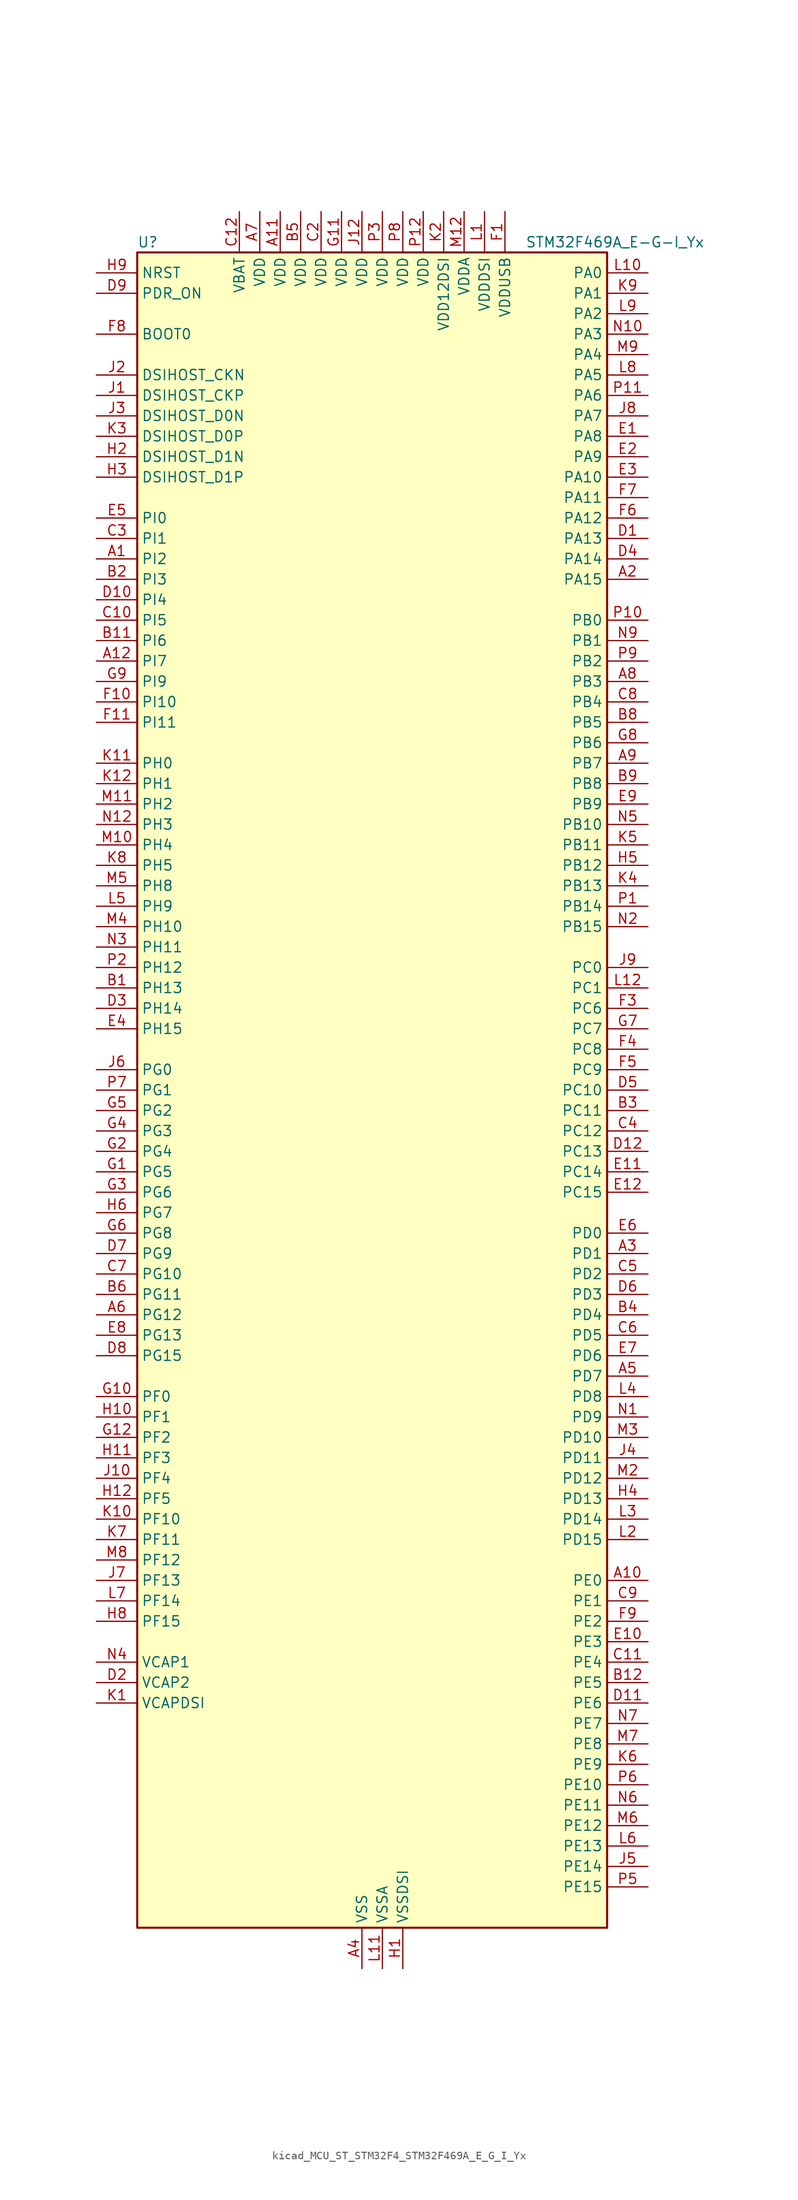
<source format=kicad_sym>
(kicad_symbol_lib
  (version 20220914)
  (generator kicad_symbol_editor)
  (symbol "kicad_MCU_ST_STM32F4_STM32F469A_E_G_I_Yx"
    (property "Reference" "U"
      (at -27.94 105.41 0)
      (effects (font (size 1.27 1.27)) (justify left)))
    (property "Value" "STM32F469A_E-G-I_Yx"
      (at 20.32 105.41 0)
      (effects (font (size 1.27 1.27)) (justify left)))
    (property "ki_locked" ""
      (at 0 0 0)
      (effects (font (size 1.27 1.27))))
    (symbol "kicad_MCU_ST_STM32F4_STM32F469A_E_G_I_Yx_0_1"
      (rectangle (start -27.94 -104.14) (end 30.48 104.14) (stroke (width 0.254) (type default)) (fill (type background))))
    (symbol "kicad_MCU_ST_STM32F4_STM32F469A_E_G_I_Yx_1_1"
      (pin bidirectional line (at -33.02 66.04 0) (length 5.08) (name "PI2" (effects (font (size 1.27 1.27)))) (number "A1" (effects (font (size 1.27 1.27)))) (alternate "DCMI_D9" bidirectional line) (alternate "FMC_D26" bidirectional line) (alternate "I2S2_ext_SD" bidirectional line) (alternate "LTDC_G7" bidirectional line) (alternate "SPI2_MISO" bidirectional line) (alternate "TIM8_CH4" bidirectional line))
      (pin bidirectional line (at 35.56 -60.96 180) (length 5.08) (name "PE0" (effects (font (size 1.27 1.27)))) (number "A10" (effects (font (size 1.27 1.27)))) (alternate "DCMI_D2" bidirectional line) (alternate "FMC_NBL0" bidirectional line) (alternate "TIM4_ETR" bidirectional line) (alternate "UART8_RX" bidirectional line))
      (pin power_in line (at -10.16 109.22 270) (length 5.08) (name "VDD" (effects (font (size 1.27 1.27)))) (number "A11" (effects (font (size 1.27 1.27)))))
      (pin bidirectional line (at -33.02 53.34 0) (length 5.08) (name "PI7" (effects (font (size 1.27 1.27)))) (number "A12" (effects (font (size 1.27 1.27)))) (alternate "DCMI_D7" bidirectional line) (alternate "FMC_D29" bidirectional line) (alternate "LTDC_B7" bidirectional line) (alternate "TIM8_CH3" bidirectional line))
      (pin bidirectional line (at 35.56 63.5 180) (length 5.08) (name "PA15" (effects (font (size 1.27 1.27)))) (number "A2" (effects (font (size 1.27 1.27)))) (alternate "ADC1_EXTI15" bidirectional line) (alternate "ADC2_EXTI15" bidirectional line) (alternate "ADC3_EXTI15" bidirectional line) (alternate "I2S3_WS" bidirectional line) (alternate "SPI1_NSS" bidirectional line) (alternate "SPI3_NSS" bidirectional line) (alternate "SYS_JTDI" bidirectional line) (alternate "TIM2_CH1" bidirectional line) (alternate "TIM2_ETR" bidirectional line))
      (pin bidirectional line (at 35.56 -20.32 180) (length 5.08) (name "PD1" (effects (font (size 1.27 1.27)))) (number "A3" (effects (font (size 1.27 1.27)))) (alternate "CAN1_TX" bidirectional line) (alternate "FMC_D3" bidirectional line) (alternate "FMC_DA3" bidirectional line))
      (pin power_in line (at 0 -109.22 90) (length 5.08) (name "VSS" (effects (font (size 1.27 1.27)))) (number "A4" (effects (font (size 1.27 1.27)))))
      (pin bidirectional line (at 35.56 -35.56 180) (length 5.08) (name "PD7" (effects (font (size 1.27 1.27)))) (number "A5" (effects (font (size 1.27 1.27)))) (alternate "FMC_NE1" bidirectional line) (alternate "USART2_CK" bidirectional line))
      (pin bidirectional line (at -33.02 -27.94 0) (length 5.08) (name "PG12" (effects (font (size 1.27 1.27)))) (number "A6" (effects (font (size 1.27 1.27)))) (alternate "FMC_NE4" bidirectional line) (alternate "LTDC_B1" bidirectional line) (alternate "LTDC_B4" bidirectional line) (alternate "SPI6_MISO" bidirectional line) (alternate "USART6_RTS" bidirectional line))
      (pin power_in line (at -12.7 109.22 270) (length 5.08) (name "VDD" (effects (font (size 1.27 1.27)))) (number "A7" (effects (font (size 1.27 1.27)))))
      (pin bidirectional line (at 35.56 50.8 180) (length 5.08) (name "PB3" (effects (font (size 1.27 1.27)))) (number "A8" (effects (font (size 1.27 1.27)))) (alternate "I2S3_CK" bidirectional line) (alternate "SPI1_SCK" bidirectional line) (alternate "SPI3_SCK" bidirectional line) (alternate "SYS_JTDO-SWO" bidirectional line) (alternate "TIM2_CH2" bidirectional line))
      (pin bidirectional line (at 35.56 40.64 180) (length 5.08) (name "PB7" (effects (font (size 1.27 1.27)))) (number "A9" (effects (font (size 1.27 1.27)))) (alternate "DCMI_VSYNC" bidirectional line) (alternate "FMC_NL" bidirectional line) (alternate "I2C1_SDA" bidirectional line) (alternate "TIM4_CH2" bidirectional line) (alternate "USART1_RX" bidirectional line))
      (pin bidirectional line (at -33.02 12.7 0) (length 5.08) (name "PH13" (effects (font (size 1.27 1.27)))) (number "B1" (effects (font (size 1.27 1.27)))) (alternate "CAN1_TX" bidirectional line) (alternate "FMC_D21" bidirectional line) (alternate "LTDC_G2" bidirectional line) (alternate "TIM8_CH1N" bidirectional line))
      (pin passive line (at 0 -109.22 90) (length 5.08) hide (name "VSS" (effects (font (size 1.27 1.27)))) (number "B10" (effects (font (size 1.27 1.27)))))
      (pin bidirectional line (at -33.02 55.88 0) (length 5.08) (name "PI6" (effects (font (size 1.27 1.27)))) (number "B11" (effects (font (size 1.27 1.27)))) (alternate "DCMI_D6" bidirectional line) (alternate "FMC_D28" bidirectional line) (alternate "LTDC_B6" bidirectional line) (alternate "TIM8_CH2" bidirectional line))
      (pin bidirectional line (at 35.56 -73.66 180) (length 5.08) (name "PE5" (effects (font (size 1.27 1.27)))) (number "B12" (effects (font (size 1.27 1.27)))) (alternate "DCMI_D6" bidirectional line) (alternate "FMC_A21" bidirectional line) (alternate "LTDC_G0" bidirectional line) (alternate "SAI1_SCK_A" bidirectional line) (alternate "SPI4_MISO" bidirectional line) (alternate "SYS_TRACED2" bidirectional line) (alternate "TIM9_CH1" bidirectional line))
      (pin bidirectional line (at -33.02 63.5 0) (length 5.08) (name "PI3" (effects (font (size 1.27 1.27)))) (number "B2" (effects (font (size 1.27 1.27)))) (alternate "DCMI_D10" bidirectional line) (alternate "FMC_D27" bidirectional line) (alternate "I2S2_SD" bidirectional line) (alternate "SPI2_MOSI" bidirectional line) (alternate "TIM8_ETR" bidirectional line))
      (pin bidirectional line (at 35.56 -2.54 180) (length 5.08) (name "PC11" (effects (font (size 1.27 1.27)))) (number "B3" (effects (font (size 1.27 1.27)))) (alternate "ADC1_EXTI11" bidirectional line) (alternate "ADC2_EXTI11" bidirectional line) (alternate "ADC3_EXTI11" bidirectional line) (alternate "DCMI_D4" bidirectional line) (alternate "I2S3_ext_SD" bidirectional line) (alternate "QUADSPI_BK2_NCS" bidirectional line) (alternate "SDIO_D3" bidirectional line) (alternate "SPI3_MISO" bidirectional line) (alternate "UART4_RX" bidirectional line) (alternate "USART3_RX" bidirectional line))
      (pin bidirectional line (at 35.56 -27.94 180) (length 5.08) (name "PD4" (effects (font (size 1.27 1.27)))) (number "B4" (effects (font (size 1.27 1.27)))) (alternate "FMC_NOE" bidirectional line) (alternate "USART2_RTS" bidirectional line))
      (pin power_in line (at -7.62 109.22 270) (length 5.08) (name "VDD" (effects (font (size 1.27 1.27)))) (number "B5" (effects (font (size 1.27 1.27)))))
      (pin bidirectional line (at -33.02 -25.4 0) (length 5.08) (name "PG11" (effects (font (size 1.27 1.27)))) (number "B6" (effects (font (size 1.27 1.27)))) (alternate "ADC1_EXTI11" bidirectional line) (alternate "ADC2_EXTI11" bidirectional line) (alternate "ADC3_EXTI11" bidirectional line) (alternate "DCMI_D3" bidirectional line) (alternate "LTDC_B3" bidirectional line))
      (pin passive line (at 0 -109.22 90) (length 5.08) hide (name "VSS" (effects (font (size 1.27 1.27)))) (number "B7" (effects (font (size 1.27 1.27)))))
      (pin bidirectional line (at 35.56 45.72 180) (length 5.08) (name "PB5" (effects (font (size 1.27 1.27)))) (number "B8" (effects (font (size 1.27 1.27)))) (alternate "CAN2_RX" bidirectional line) (alternate "DCMI_D10" bidirectional line) (alternate "FMC_SDCKE1" bidirectional line) (alternate "I2C1_SMBA" bidirectional line) (alternate "I2S3_SD" bidirectional line) (alternate "LTDC_G7" bidirectional line) (alternate "SPI1_MOSI" bidirectional line) (alternate "SPI3_MOSI" bidirectional line) (alternate "TIM3_CH2" bidirectional line) (alternate "USB_OTG_HS_ULPI_D7" bidirectional line))
      (pin bidirectional line (at 35.56 38.1 180) (length 5.08) (name "PB8" (effects (font (size 1.27 1.27)))) (number "B9" (effects (font (size 1.27 1.27)))) (alternate "CAN1_RX" bidirectional line) (alternate "DCMI_D6" bidirectional line) (alternate "I2C1_SCL" bidirectional line) (alternate "LTDC_B6" bidirectional line) (alternate "SDIO_D4" bidirectional line) (alternate "TIM10_CH1" bidirectional line) (alternate "TIM4_CH3" bidirectional line))
      (pin passive line (at 0 -109.22 90) (length 5.08) hide (name "VSS" (effects (font (size 1.27 1.27)))) (number "C1" (effects (font (size 1.27 1.27)))))
      (pin bidirectional line (at -33.02 58.42 0) (length 5.08) (name "PI5" (effects (font (size 1.27 1.27)))) (number "C10" (effects (font (size 1.27 1.27)))) (alternate "DCMI_VSYNC" bidirectional line) (alternate "FMC_NBL3" bidirectional line) (alternate "LTDC_B5" bidirectional line) (alternate "TIM8_CH1" bidirectional line))
      (pin bidirectional line (at 35.56 -71.12 180) (length 5.08) (name "PE4" (effects (font (size 1.27 1.27)))) (number "C11" (effects (font (size 1.27 1.27)))) (alternate "DCMI_D4" bidirectional line) (alternate "FMC_A20" bidirectional line) (alternate "LTDC_B0" bidirectional line) (alternate "SAI1_FS_A" bidirectional line) (alternate "SPI4_NSS" bidirectional line) (alternate "SYS_TRACED1" bidirectional line))
      (pin power_in line (at -15.24 109.22 270) (length 5.08) (name "VBAT" (effects (font (size 1.27 1.27)))) (number "C12" (effects (font (size 1.27 1.27)))))
      (pin power_in line (at -5.08 109.22 270) (length 5.08) (name "VDD" (effects (font (size 1.27 1.27)))) (number "C2" (effects (font (size 1.27 1.27)))))
      (pin bidirectional line (at -33.02 68.58 0) (length 5.08) (name "PI1" (effects (font (size 1.27 1.27)))) (number "C3" (effects (font (size 1.27 1.27)))) (alternate "DCMI_D8" bidirectional line) (alternate "FMC_D25" bidirectional line) (alternate "I2S2_CK" bidirectional line) (alternate "LTDC_G6" bidirectional line) (alternate "SPI2_SCK" bidirectional line))
      (pin bidirectional line (at 35.56 -5.08 180) (length 5.08) (name "PC12" (effects (font (size 1.27 1.27)))) (number "C4" (effects (font (size 1.27 1.27)))) (alternate "DCMI_D9" bidirectional line) (alternate "I2S3_SD" bidirectional line) (alternate "SDIO_CK" bidirectional line) (alternate "SPI3_MOSI" bidirectional line) (alternate "SYS_TRACED3" bidirectional line) (alternate "UART5_TX" bidirectional line) (alternate "USART3_CK" bidirectional line))
      (pin bidirectional line (at 35.56 -22.86 180) (length 5.08) (name "PD2" (effects (font (size 1.27 1.27)))) (number "C5" (effects (font (size 1.27 1.27)))) (alternate "DCMI_D11" bidirectional line) (alternate "SDIO_CMD" bidirectional line) (alternate "SYS_TRACED2" bidirectional line) (alternate "TIM3_ETR" bidirectional line) (alternate "UART5_RX" bidirectional line))
      (pin bidirectional line (at 35.56 -30.48 180) (length 5.08) (name "PD5" (effects (font (size 1.27 1.27)))) (number "C6" (effects (font (size 1.27 1.27)))) (alternate "FMC_NWE" bidirectional line) (alternate "USART2_TX" bidirectional line))
      (pin bidirectional line (at -33.02 -22.86 0) (length 5.08) (name "PG10" (effects (font (size 1.27 1.27)))) (number "C7" (effects (font (size 1.27 1.27)))) (alternate "DCMI_D2" bidirectional line) (alternate "FMC_NE3" bidirectional line) (alternate "LTDC_B2" bidirectional line) (alternate "LTDC_G3" bidirectional line))
      (pin bidirectional line (at 35.56 48.26 180) (length 5.08) (name "PB4" (effects (font (size 1.27 1.27)))) (number "C8" (effects (font (size 1.27 1.27)))) (alternate "I2S3_ext_SD" bidirectional line) (alternate "SPI1_MISO" bidirectional line) (alternate "SPI3_MISO" bidirectional line) (alternate "SYS_JTRST" bidirectional line) (alternate "TIM3_CH1" bidirectional line))
      (pin bidirectional line (at 35.56 -63.5 180) (length 5.08) (name "PE1" (effects (font (size 1.27 1.27)))) (number "C9" (effects (font (size 1.27 1.27)))) (alternate "DCMI_D3" bidirectional line) (alternate "FMC_NBL1" bidirectional line) (alternate "UART8_TX" bidirectional line))
      (pin bidirectional line (at 35.56 68.58 180) (length 5.08) (name "PA13" (effects (font (size 1.27 1.27)))) (number "D1" (effects (font (size 1.27 1.27)))) (alternate "SYS_JTMS-SWDIO" bidirectional line))
      (pin bidirectional line (at -33.02 60.96 0) (length 5.08) (name "PI4" (effects (font (size 1.27 1.27)))) (number "D10" (effects (font (size 1.27 1.27)))) (alternate "DCMI_D5" bidirectional line) (alternate "FMC_NBL2" bidirectional line) (alternate "LTDC_B4" bidirectional line) (alternate "TIM8_BKIN" bidirectional line))
      (pin bidirectional line (at 35.56 -76.2 180) (length 5.08) (name "PE6" (effects (font (size 1.27 1.27)))) (number "D11" (effects (font (size 1.27 1.27)))) (alternate "DCMI_D7" bidirectional line) (alternate "FMC_A22" bidirectional line) (alternate "LTDC_G1" bidirectional line) (alternate "SAI1_SD_A" bidirectional line) (alternate "SPI4_MOSI" bidirectional line) (alternate "SYS_TRACED3" bidirectional line) (alternate "TIM9_CH2" bidirectional line))
      (pin bidirectional line (at 35.56 -7.62 180) (length 5.08) (name "PC13" (effects (font (size 1.27 1.27)))) (number "D12" (effects (font (size 1.27 1.27)))) (alternate "RTC_AF1" bidirectional line))
      (pin power_out line (at -33.02 -73.66 0) (length 5.08) (name "VCAP2" (effects (font (size 1.27 1.27)))) (number "D2" (effects (font (size 1.27 1.27)))))
      (pin bidirectional line (at -33.02 10.16 0) (length 5.08) (name "PH14" (effects (font (size 1.27 1.27)))) (number "D3" (effects (font (size 1.27 1.27)))) (alternate "DCMI_D4" bidirectional line) (alternate "FMC_D22" bidirectional line) (alternate "LTDC_G3" bidirectional line) (alternate "TIM8_CH2N" bidirectional line))
      (pin bidirectional line (at 35.56 66.04 180) (length 5.08) (name "PA14" (effects (font (size 1.27 1.27)))) (number "D4" (effects (font (size 1.27 1.27)))) (alternate "SYS_JTCK-SWCLK" bidirectional line))
      (pin bidirectional line (at 35.56 0 180) (length 5.08) (name "PC10" (effects (font (size 1.27 1.27)))) (number "D5" (effects (font (size 1.27 1.27)))) (alternate "DCMI_D8" bidirectional line) (alternate "I2S3_CK" bidirectional line) (alternate "LTDC_R2" bidirectional line) (alternate "QUADSPI_BK1_IO1" bidirectional line) (alternate "SDIO_D2" bidirectional line) (alternate "SPI3_SCK" bidirectional line) (alternate "UART4_TX" bidirectional line) (alternate "USART3_TX" bidirectional line))
      (pin bidirectional line (at 35.56 -25.4 180) (length 5.08) (name "PD3" (effects (font (size 1.27 1.27)))) (number "D6" (effects (font (size 1.27 1.27)))) (alternate "DCMI_D5" bidirectional line) (alternate "FMC_CLK" bidirectional line) (alternate "I2S2_CK" bidirectional line) (alternate "LTDC_G7" bidirectional line) (alternate "SPI2_SCK" bidirectional line) (alternate "USART2_CTS" bidirectional line))
      (pin bidirectional line (at -33.02 -20.32 0) (length 5.08) (name "PG9" (effects (font (size 1.27 1.27)))) (number "D7" (effects (font (size 1.27 1.27)))) (alternate "DAC_EXTI9" bidirectional line) (alternate "DCMI_VSYNC" bidirectional line) (alternate "FMC_NCE" bidirectional line) (alternate "FMC_NE2" bidirectional line) (alternate "QUADSPI_BK2_IO2" bidirectional line) (alternate "USART6_RX" bidirectional line))
      (pin bidirectional line (at -33.02 -33.02 0) (length 5.08) (name "PG15" (effects (font (size 1.27 1.27)))) (number "D8" (effects (font (size 1.27 1.27)))) (alternate "ADC1_EXTI15" bidirectional line) (alternate "ADC2_EXTI15" bidirectional line) (alternate "ADC3_EXTI15" bidirectional line) (alternate "DCMI_D13" bidirectional line) (alternate "FMC_SDNCAS" bidirectional line) (alternate "USART6_CTS" bidirectional line))
      (pin input line (at -33.02 99.06 0) (length 5.08) (name "PDR_ON" (effects (font (size 1.27 1.27)))) (number "D9" (effects (font (size 1.27 1.27)))))
      (pin bidirectional line (at 35.56 81.28 180) (length 5.08) (name "PA8" (effects (font (size 1.27 1.27)))) (number "E1" (effects (font (size 1.27 1.27)))) (alternate "I2C3_SCL" bidirectional line) (alternate "LTDC_R6" bidirectional line) (alternate "RCC_MCO_1" bidirectional line) (alternate "TIM1_CH1" bidirectional line) (alternate "USART1_CK" bidirectional line) (alternate "USB_OTG_FS_SOF" bidirectional line))
      (pin bidirectional line (at 35.56 -68.58 180) (length 5.08) (name "PE3" (effects (font (size 1.27 1.27)))) (number "E10" (effects (font (size 1.27 1.27)))) (alternate "FMC_A19" bidirectional line) (alternate "SAI1_SD_B" bidirectional line) (alternate "SYS_TRACED0" bidirectional line))
      (pin bidirectional line (at 35.56 -10.16 180) (length 5.08) (name "PC14" (effects (font (size 1.27 1.27)))) (number "E11" (effects (font (size 1.27 1.27)))) (alternate "RCC_OSC32_IN" bidirectional line))
      (pin bidirectional line (at 35.56 -12.7 180) (length 5.08) (name "PC15" (effects (font (size 1.27 1.27)))) (number "E12" (effects (font (size 1.27 1.27)))) (alternate "ADC1_EXTI15" bidirectional line) (alternate "ADC2_EXTI15" bidirectional line) (alternate "ADC3_EXTI15" bidirectional line) (alternate "RCC_OSC32_OUT" bidirectional line))
      (pin bidirectional line (at 35.56 78.74 180) (length 5.08) (name "PA9" (effects (font (size 1.27 1.27)))) (number "E2" (effects (font (size 1.27 1.27)))) (alternate "DAC_EXTI9" bidirectional line) (alternate "DCMI_D0" bidirectional line) (alternate "I2C3_SMBA" bidirectional line) (alternate "I2S2_CK" bidirectional line) (alternate "SPI2_SCK" bidirectional line) (alternate "TIM1_CH2" bidirectional line) (alternate "USART1_TX" bidirectional line) (alternate "USB_OTG_FS_VBUS" bidirectional line))
      (pin bidirectional line (at 35.56 76.2 180) (length 5.08) (name "PA10" (effects (font (size 1.27 1.27)))) (number "E3" (effects (font (size 1.27 1.27)))) (alternate "DCMI_D1" bidirectional line) (alternate "TIM1_CH3" bidirectional line) (alternate "USART1_RX" bidirectional line) (alternate "USB_OTG_FS_ID" bidirectional line))
      (pin bidirectional line (at -33.02 7.62 0) (length 5.08) (name "PH15" (effects (font (size 1.27 1.27)))) (number "E4" (effects (font (size 1.27 1.27)))) (alternate "ADC1_EXTI15" bidirectional line) (alternate "ADC2_EXTI15" bidirectional line) (alternate "ADC3_EXTI15" bidirectional line) (alternate "DCMI_D11" bidirectional line) (alternate "FMC_D23" bidirectional line) (alternate "LTDC_G4" bidirectional line) (alternate "TIM8_CH3N" bidirectional line))
      (pin bidirectional line (at -33.02 71.12 0) (length 5.08) (name "PI0" (effects (font (size 1.27 1.27)))) (number "E5" (effects (font (size 1.27 1.27)))) (alternate "DCMI_D13" bidirectional line) (alternate "FMC_D24" bidirectional line) (alternate "I2S2_WS" bidirectional line) (alternate "LTDC_G5" bidirectional line) (alternate "SPI2_NSS" bidirectional line) (alternate "TIM5_CH4" bidirectional line))
      (pin bidirectional line (at 35.56 -17.78 180) (length 5.08) (name "PD0" (effects (font (size 1.27 1.27)))) (number "E6" (effects (font (size 1.27 1.27)))) (alternate "CAN1_RX" bidirectional line) (alternate "FMC_D2" bidirectional line) (alternate "FMC_DA2" bidirectional line))
      (pin bidirectional line (at 35.56 -33.02 180) (length 5.08) (name "PD6" (effects (font (size 1.27 1.27)))) (number "E7" (effects (font (size 1.27 1.27)))) (alternate "DCMI_D10" bidirectional line) (alternate "FMC_NWAIT" bidirectional line) (alternate "I2S3_SD" bidirectional line) (alternate "LTDC_B2" bidirectional line) (alternate "SAI1_SD_A" bidirectional line) (alternate "SPI3_MOSI" bidirectional line) (alternate "USART2_RX" bidirectional line))
      (pin bidirectional line (at -33.02 -30.48 0) (length 5.08) (name "PG13" (effects (font (size 1.27 1.27)))) (number "E8" (effects (font (size 1.27 1.27)))) (alternate "FMC_A24" bidirectional line) (alternate "LTDC_R0" bidirectional line) (alternate "SPI6_SCK" bidirectional line) (alternate "SYS_TRACED0" bidirectional line) (alternate "USART6_CTS" bidirectional line))
      (pin bidirectional line (at 35.56 35.56 180) (length 5.08) (name "PB9" (effects (font (size 1.27 1.27)))) (number "E9" (effects (font (size 1.27 1.27)))) (alternate "CAN1_TX" bidirectional line) (alternate "DAC_EXTI9" bidirectional line) (alternate "DCMI_D7" bidirectional line) (alternate "I2C1_SDA" bidirectional line) (alternate "I2S2_WS" bidirectional line) (alternate "LTDC_B7" bidirectional line) (alternate "SDIO_D5" bidirectional line) (alternate "SPI2_NSS" bidirectional line) (alternate "TIM11_CH1" bidirectional line) (alternate "TIM4_CH4" bidirectional line))
      (pin power_in line (at 17.78 109.22 270) (length 5.08) (name "VDDUSB" (effects (font (size 1.27 1.27)))) (number "F1" (effects (font (size 1.27 1.27)))))
      (pin bidirectional line (at -33.02 48.26 0) (length 5.08) (name "PI10" (effects (font (size 1.27 1.27)))) (number "F10" (effects (font (size 1.27 1.27)))) (alternate "FMC_D31" bidirectional line) (alternate "LTDC_HSYNC" bidirectional line))
      (pin bidirectional line (at -33.02 45.72 0) (length 5.08) (name "PI11" (effects (font (size 1.27 1.27)))) (number "F11" (effects (font (size 1.27 1.27)))) (alternate "ADC1_EXTI11" bidirectional line) (alternate "ADC2_EXTI11" bidirectional line) (alternate "ADC3_EXTI11" bidirectional line) (alternate "LTDC_G6" bidirectional line) (alternate "USB_OTG_HS_ULPI_DIR" bidirectional line))
      (pin passive line (at 0 -109.22 90) (length 5.08) hide (name "VSS" (effects (font (size 1.27 1.27)))) (number "F12" (effects (font (size 1.27 1.27)))))
      (pin passive line (at 0 -109.22 90) (length 5.08) hide (name "VSS" (effects (font (size 1.27 1.27)))) (number "F2" (effects (font (size 1.27 1.27)))))
      (pin bidirectional line (at 35.56 10.16 180) (length 5.08) (name "PC6" (effects (font (size 1.27 1.27)))) (number "F3" (effects (font (size 1.27 1.27)))) (alternate "DCMI_D0" bidirectional line) (alternate "I2S2_MCK" bidirectional line) (alternate "LTDC_HSYNC" bidirectional line) (alternate "SDIO_D6" bidirectional line) (alternate "TIM3_CH1" bidirectional line) (alternate "TIM8_CH1" bidirectional line) (alternate "USART6_TX" bidirectional line))
      (pin bidirectional line (at 35.56 5.08 180) (length 5.08) (name "PC8" (effects (font (size 1.27 1.27)))) (number "F4" (effects (font (size 1.27 1.27)))) (alternate "DCMI_D2" bidirectional line) (alternate "SDIO_D0" bidirectional line) (alternate "SYS_TRACED1" bidirectional line) (alternate "TIM3_CH3" bidirectional line) (alternate "TIM8_CH3" bidirectional line) (alternate "USART6_CK" bidirectional line))
      (pin bidirectional line (at 35.56 2.54 180) (length 5.08) (name "PC9" (effects (font (size 1.27 1.27)))) (number "F5" (effects (font (size 1.27 1.27)))) (alternate "DAC_EXTI9" bidirectional line) (alternate "DCMI_D3" bidirectional line) (alternate "I2C3_SDA" bidirectional line) (alternate "I2S_CKIN" bidirectional line) (alternate "QUADSPI_BK1_IO0" bidirectional line) (alternate "RCC_MCO_2" bidirectional line) (alternate "SDIO_D1" bidirectional line) (alternate "TIM3_CH4" bidirectional line) (alternate "TIM8_CH4" bidirectional line))
      (pin bidirectional line (at 35.56 71.12 180) (length 5.08) (name "PA12" (effects (font (size 1.27 1.27)))) (number "F6" (effects (font (size 1.27 1.27)))) (alternate "CAN1_TX" bidirectional line) (alternate "LTDC_R5" bidirectional line) (alternate "TIM1_ETR" bidirectional line) (alternate "USART1_RTS" bidirectional line) (alternate "USB_OTG_FS_DP" bidirectional line))
      (pin bidirectional line (at 35.56 73.66 180) (length 5.08) (name "PA11" (effects (font (size 1.27 1.27)))) (number "F7" (effects (font (size 1.27 1.27)))) (alternate "ADC1_EXTI11" bidirectional line) (alternate "ADC2_EXTI11" bidirectional line) (alternate "ADC3_EXTI11" bidirectional line) (alternate "CAN1_RX" bidirectional line) (alternate "LTDC_R4" bidirectional line) (alternate "TIM1_CH4" bidirectional line) (alternate "USART1_CTS" bidirectional line) (alternate "USB_OTG_FS_DM" bidirectional line))
      (pin input line (at -33.02 93.98 0) (length 5.08) (name "BOOT0" (effects (font (size 1.27 1.27)))) (number "F8" (effects (font (size 1.27 1.27)))))
      (pin bidirectional line (at 35.56 -66.04 180) (length 5.08) (name "PE2" (effects (font (size 1.27 1.27)))) (number "F9" (effects (font (size 1.27 1.27)))) (alternate "FMC_A23" bidirectional line) (alternate "QUADSPI_BK1_IO2" bidirectional line) (alternate "SAI1_MCLK_A" bidirectional line) (alternate "SPI4_SCK" bidirectional line) (alternate "SYS_TRACECLK" bidirectional line))
      (pin bidirectional line (at -33.02 -10.16 0) (length 5.08) (name "PG5" (effects (font (size 1.27 1.27)))) (number "G1" (effects (font (size 1.27 1.27)))) (alternate "FMC_A15" bidirectional line) (alternate "FMC_BA1" bidirectional line))
      (pin bidirectional line (at -33.02 -38.1 0) (length 5.08) (name "PF0" (effects (font (size 1.27 1.27)))) (number "G10" (effects (font (size 1.27 1.27)))) (alternate "FMC_A0" bidirectional line) (alternate "I2C2_SDA" bidirectional line))
      (pin power_in line (at -2.54 109.22 270) (length 5.08) (name "VDD" (effects (font (size 1.27 1.27)))) (number "G11" (effects (font (size 1.27 1.27)))))
      (pin bidirectional line (at -33.02 -43.18 0) (length 5.08) (name "PF2" (effects (font (size 1.27 1.27)))) (number "G12" (effects (font (size 1.27 1.27)))) (alternate "FMC_A2" bidirectional line) (alternate "I2C2_SMBA" bidirectional line))
      (pin bidirectional line (at -33.02 -7.62 0) (length 5.08) (name "PG4" (effects (font (size 1.27 1.27)))) (number "G2" (effects (font (size 1.27 1.27)))) (alternate "FMC_A14" bidirectional line) (alternate "FMC_BA0" bidirectional line))
      (pin bidirectional line (at -33.02 -12.7 0) (length 5.08) (name "PG6" (effects (font (size 1.27 1.27)))) (number "G3" (effects (font (size 1.27 1.27)))) (alternate "DCMI_D12" bidirectional line) (alternate "LTDC_R7" bidirectional line))
      (pin bidirectional line (at -33.02 -5.08 0) (length 5.08) (name "PG3" (effects (font (size 1.27 1.27)))) (number "G4" (effects (font (size 1.27 1.27)))) (alternate "FMC_A13" bidirectional line))
      (pin bidirectional line (at -33.02 -2.54 0) (length 5.08) (name "PG2" (effects (font (size 1.27 1.27)))) (number "G5" (effects (font (size 1.27 1.27)))) (alternate "FMC_A12" bidirectional line))
      (pin bidirectional line (at -33.02 -17.78 0) (length 5.08) (name "PG8" (effects (font (size 1.27 1.27)))) (number "G6" (effects (font (size 1.27 1.27)))) (alternate "FMC_SDCLK" bidirectional line) (alternate "LTDC_G7" bidirectional line) (alternate "SPI6_NSS" bidirectional line) (alternate "USART6_RTS" bidirectional line))
      (pin bidirectional line (at 35.56 7.62 180) (length 5.08) (name "PC7" (effects (font (size 1.27 1.27)))) (number "G7" (effects (font (size 1.27 1.27)))) (alternate "DCMI_D1" bidirectional line) (alternate "I2S3_MCK" bidirectional line) (alternate "LTDC_G6" bidirectional line) (alternate "SDIO_D7" bidirectional line) (alternate "TIM3_CH2" bidirectional line) (alternate "TIM8_CH2" bidirectional line) (alternate "USART6_RX" bidirectional line))
      (pin bidirectional line (at 35.56 43.18 180) (length 5.08) (name "PB6" (effects (font (size 1.27 1.27)))) (number "G8" (effects (font (size 1.27 1.27)))) (alternate "CAN2_TX" bidirectional line) (alternate "DCMI_D5" bidirectional line) (alternate "FMC_SDNE1" bidirectional line) (alternate "I2C1_SCL" bidirectional line) (alternate "QUADSPI_BK1_NCS" bidirectional line) (alternate "TIM4_CH1" bidirectional line) (alternate "USART1_TX" bidirectional line))
      (pin bidirectional line (at -33.02 50.8 0) (length 5.08) (name "PI9" (effects (font (size 1.27 1.27)))) (number "G9" (effects (font (size 1.27 1.27)))) (alternate "CAN1_RX" bidirectional line) (alternate "DAC_EXTI9" bidirectional line) (alternate "FMC_D30" bidirectional line) (alternate "LTDC_VSYNC" bidirectional line))
      (pin power_in line (at 5.08 -109.22 90) (length 5.08) (name "VSSDSI" (effects (font (size 1.27 1.27)))) (number "H1" (effects (font (size 1.27 1.27)))))
      (pin bidirectional line (at -33.02 -40.64 0) (length 5.08) (name "PF1" (effects (font (size 1.27 1.27)))) (number "H10" (effects (font (size 1.27 1.27)))) (alternate "FMC_A1" bidirectional line) (alternate "I2C2_SCL" bidirectional line))
      (pin bidirectional line (at -33.02 -45.72 0) (length 5.08) (name "PF3" (effects (font (size 1.27 1.27)))) (number "H11" (effects (font (size 1.27 1.27)))) (alternate "ADC3_IN9" bidirectional line) (alternate "FMC_A3" bidirectional line))
      (pin bidirectional line (at -33.02 -50.8 0) (length 5.08) (name "PF5" (effects (font (size 1.27 1.27)))) (number "H12" (effects (font (size 1.27 1.27)))) (alternate "ADC3_IN15" bidirectional line) (alternate "FMC_A5" bidirectional line))
      (pin bidirectional line (at -33.02 78.74 0) (length 5.08) (name "DSIHOST_D1N" (effects (font (size 1.27 1.27)))) (number "H2" (effects (font (size 1.27 1.27)))) (alternate "DSIHOST_D1N" bidirectional line))
      (pin bidirectional line (at -33.02 76.2 0) (length 5.08) (name "DSIHOST_D1P" (effects (font (size 1.27 1.27)))) (number "H3" (effects (font (size 1.27 1.27)))) (alternate "DSIHOST_D1P" bidirectional line))
      (pin bidirectional line (at 35.56 -50.8 180) (length 5.08) (name "PD13" (effects (font (size 1.27 1.27)))) (number "H4" (effects (font (size 1.27 1.27)))) (alternate "FMC_A18" bidirectional line) (alternate "QUADSPI_BK1_IO3" bidirectional line) (alternate "TIM4_CH2" bidirectional line))
      (pin bidirectional line (at 35.56 27.94 180) (length 5.08) (name "PB12" (effects (font (size 1.27 1.27)))) (number "H5" (effects (font (size 1.27 1.27)))) (alternate "CAN2_RX" bidirectional line) (alternate "I2C2_SMBA" bidirectional line) (alternate "I2S2_WS" bidirectional line) (alternate "SPI2_NSS" bidirectional line) (alternate "TIM1_BKIN" bidirectional line) (alternate "USART3_CK" bidirectional line) (alternate "USB_OTG_HS_ID" bidirectional line) (alternate "USB_OTG_HS_ULPI_D5" bidirectional line))
      (pin bidirectional line (at -33.02 -15.24 0) (length 5.08) (name "PG7" (effects (font (size 1.27 1.27)))) (number "H6" (effects (font (size 1.27 1.27)))) (alternate "DCMI_D13" bidirectional line) (alternate "FMC_INT" bidirectional line) (alternate "LTDC_CLK" bidirectional line) (alternate "SAI1_MCLK_A" bidirectional line) (alternate "USART6_CK" bidirectional line))
      (pin passive line (at 0 -109.22 90) (length 5.08) hide (name "VSS" (effects (font (size 1.27 1.27)))) (number "H7" (effects (font (size 1.27 1.27)))))
      (pin bidirectional line (at -33.02 -66.04 0) (length 5.08) (name "PF15" (effects (font (size 1.27 1.27)))) (number "H8" (effects (font (size 1.27 1.27)))) (alternate "ADC1_EXTI15" bidirectional line) (alternate "ADC2_EXTI15" bidirectional line) (alternate "ADC3_EXTI15" bidirectional line) (alternate "FMC_A9" bidirectional line))
      (pin input line (at -33.02 101.6 0) (length 5.08) (name "NRST" (effects (font (size 1.27 1.27)))) (number "H9" (effects (font (size 1.27 1.27)))))
      (pin bidirectional line (at -33.02 86.36 0) (length 5.08) (name "DSIHOST_CKP" (effects (font (size 1.27 1.27)))) (number "J1" (effects (font (size 1.27 1.27)))) (alternate "DSIHOST_CKP" bidirectional line))
      (pin bidirectional line (at -33.02 -48.26 0) (length 5.08) (name "PF4" (effects (font (size 1.27 1.27)))) (number "J10" (effects (font (size 1.27 1.27)))) (alternate "ADC3_IN14" bidirectional line) (alternate "FMC_A4" bidirectional line))
      (pin passive line (at 0 -109.22 90) (length 5.08) hide (name "VSS" (effects (font (size 1.27 1.27)))) (number "J11" (effects (font (size 1.27 1.27)))))
      (pin power_in line (at 0 109.22 270) (length 5.08) (name "VDD" (effects (font (size 1.27 1.27)))) (number "J12" (effects (font (size 1.27 1.27)))))
      (pin bidirectional line (at -33.02 88.9 0) (length 5.08) (name "DSIHOST_CKN" (effects (font (size 1.27 1.27)))) (number "J2" (effects (font (size 1.27 1.27)))) (alternate "DSIHOST_CKN" bidirectional line))
      (pin bidirectional line (at -33.02 83.82 0) (length 5.08) (name "DSIHOST_D0N" (effects (font (size 1.27 1.27)))) (number "J3" (effects (font (size 1.27 1.27)))) (alternate "DSIHOST_D0N" bidirectional line))
      (pin bidirectional line (at 35.56 -45.72 180) (length 5.08) (name "PD11" (effects (font (size 1.27 1.27)))) (number "J4" (effects (font (size 1.27 1.27)))) (alternate "ADC1_EXTI11" bidirectional line) (alternate "ADC2_EXTI11" bidirectional line) (alternate "ADC3_EXTI11" bidirectional line) (alternate "FMC_A16" bidirectional line) (alternate "FMC_CLE" bidirectional line) (alternate "QUADSPI_BK1_IO0" bidirectional line) (alternate "USART3_CTS" bidirectional line))
      (pin bidirectional line (at 35.56 -96.52 180) (length 5.08) (name "PE14" (effects (font (size 1.27 1.27)))) (number "J5" (effects (font (size 1.27 1.27)))) (alternate "FMC_D11" bidirectional line) (alternate "FMC_DA11" bidirectional line) (alternate "LTDC_CLK" bidirectional line) (alternate "SPI4_MOSI" bidirectional line) (alternate "TIM1_CH4" bidirectional line))
      (pin bidirectional line (at -33.02 2.54 0) (length 5.08) (name "PG0" (effects (font (size 1.27 1.27)))) (number "J6" (effects (font (size 1.27 1.27)))) (alternate "FMC_A10" bidirectional line))
      (pin bidirectional line (at -33.02 -60.96 0) (length 5.08) (name "PF13" (effects (font (size 1.27 1.27)))) (number "J7" (effects (font (size 1.27 1.27)))) (alternate "FMC_A7" bidirectional line))
      (pin bidirectional line (at 35.56 83.82 180) (length 5.08) (name "PA7" (effects (font (size 1.27 1.27)))) (number "J8" (effects (font (size 1.27 1.27)))) (alternate "ADC1_IN7" bidirectional line) (alternate "ADC2_IN7" bidirectional line) (alternate "FMC_SDNWE" bidirectional line) (alternate "QUADSPI_CLK" bidirectional line) (alternate "SPI1_MOSI" bidirectional line) (alternate "TIM14_CH1" bidirectional line) (alternate "TIM1_CH1N" bidirectional line) (alternate "TIM3_CH2" bidirectional line) (alternate "TIM8_CH1N" bidirectional line))
      (pin bidirectional line (at 35.56 15.24 180) (length 5.08) (name "PC0" (effects (font (size 1.27 1.27)))) (number "J9" (effects (font (size 1.27 1.27)))) (alternate "ADC1_IN10" bidirectional line) (alternate "ADC2_IN10" bidirectional line) (alternate "ADC3_IN10" bidirectional line) (alternate "FMC_SDNWE" bidirectional line) (alternate "LTDC_R5" bidirectional line) (alternate "USB_OTG_HS_ULPI_STP" bidirectional line))
      (pin power_out line (at -33.02 -76.2 0) (length 5.08) (name "VCAPDSI" (effects (font (size 1.27 1.27)))) (number "K1" (effects (font (size 1.27 1.27)))))
      (pin bidirectional line (at -33.02 -53.34 0) (length 5.08) (name "PF10" (effects (font (size 1.27 1.27)))) (number "K10" (effects (font (size 1.27 1.27)))) (alternate "ADC3_IN8" bidirectional line) (alternate "DCMI_D11" bidirectional line) (alternate "LTDC_DE" bidirectional line) (alternate "QUADSPI_CLK" bidirectional line))
      (pin bidirectional line (at -33.02 40.64 0) (length 5.08) (name "PH0" (effects (font (size 1.27 1.27)))) (number "K11" (effects (font (size 1.27 1.27)))) (alternate "RCC_OSC_IN" bidirectional line))
      (pin bidirectional line (at -33.02 38.1 0) (length 5.08) (name "PH1" (effects (font (size 1.27 1.27)))) (number "K12" (effects (font (size 1.27 1.27)))) (alternate "RCC_OSC_OUT" bidirectional line))
      (pin power_in line (at 10.16 109.22 270) (length 5.08) (name "VDD12DSI" (effects (font (size 1.27 1.27)))) (number "K2" (effects (font (size 1.27 1.27)))))
      (pin bidirectional line (at -33.02 81.28 0) (length 5.08) (name "DSIHOST_D0P" (effects (font (size 1.27 1.27)))) (number "K3" (effects (font (size 1.27 1.27)))) (alternate "DSIHOST_D0P" bidirectional line))
      (pin bidirectional line (at 35.56 25.4 180) (length 5.08) (name "PB13" (effects (font (size 1.27 1.27)))) (number "K4" (effects (font (size 1.27 1.27)))) (alternate "CAN2_TX" bidirectional line) (alternate "I2S2_CK" bidirectional line) (alternate "SPI2_SCK" bidirectional line) (alternate "TIM1_CH1N" bidirectional line) (alternate "USART3_CTS" bidirectional line) (alternate "USB_OTG_HS_ULPI_D6" bidirectional line) (alternate "USB_OTG_HS_VBUS" bidirectional line))
      (pin bidirectional line (at 35.56 30.48 180) (length 5.08) (name "PB11" (effects (font (size 1.27 1.27)))) (number "K5" (effects (font (size 1.27 1.27)))) (alternate "ADC1_EXTI11" bidirectional line) (alternate "ADC2_EXTI11" bidirectional line) (alternate "ADC3_EXTI11" bidirectional line) (alternate "DSIHOST_TE" bidirectional line) (alternate "I2C2_SDA" bidirectional line) (alternate "LTDC_G5" bidirectional line) (alternate "TIM2_CH4" bidirectional line) (alternate "USART3_RX" bidirectional line) (alternate "USB_OTG_HS_ULPI_D4" bidirectional line))
      (pin bidirectional line (at 35.56 -83.82 180) (length 5.08) (name "PE9" (effects (font (size 1.27 1.27)))) (number "K6" (effects (font (size 1.27 1.27)))) (alternate "DAC_EXTI9" bidirectional line) (alternate "FMC_D6" bidirectional line) (alternate "FMC_DA6" bidirectional line) (alternate "QUADSPI_BK2_IO2" bidirectional line) (alternate "TIM1_CH1" bidirectional line))
      (pin bidirectional line (at -33.02 -55.88 0) (length 5.08) (name "PF11" (effects (font (size 1.27 1.27)))) (number "K7" (effects (font (size 1.27 1.27)))) (alternate "ADC1_EXTI11" bidirectional line) (alternate "ADC2_EXTI11" bidirectional line) (alternate "ADC3_EXTI11" bidirectional line) (alternate "DCMI_D12" bidirectional line) (alternate "FMC_SDNRAS" bidirectional line))
      (pin bidirectional line (at -33.02 27.94 0) (length 5.08) (name "PH5" (effects (font (size 1.27 1.27)))) (number "K8" (effects (font (size 1.27 1.27)))) (alternate "FMC_SDNWE" bidirectional line) (alternate "I2C2_SDA" bidirectional line))
      (pin bidirectional line (at 35.56 99.06 180) (length 5.08) (name "PA1" (effects (font (size 1.27 1.27)))) (number "K9" (effects (font (size 1.27 1.27)))) (alternate "ADC1_IN1" bidirectional line) (alternate "ADC2_IN1" bidirectional line) (alternate "ADC3_IN1" bidirectional line) (alternate "LTDC_R2" bidirectional line) (alternate "QUADSPI_BK1_IO3" bidirectional line) (alternate "TIM2_CH2" bidirectional line) (alternate "TIM5_CH2" bidirectional line) (alternate "UART4_RX" bidirectional line) (alternate "USART2_RTS" bidirectional line))
      (pin power_in line (at 15.24 109.22 270) (length 5.08) (name "VDDDSI" (effects (font (size 1.27 1.27)))) (number "L1" (effects (font (size 1.27 1.27)))))
      (pin bidirectional line (at 35.56 101.6 180) (length 5.08) (name "PA0" (effects (font (size 1.27 1.27)))) (number "L10" (effects (font (size 1.27 1.27)))) (alternate "ADC1_IN0" bidirectional line) (alternate "ADC2_IN0" bidirectional line) (alternate "ADC3_IN0" bidirectional line) (alternate "SYS_WKUP" bidirectional line) (alternate "TIM2_CH1" bidirectional line) (alternate "TIM2_ETR" bidirectional line) (alternate "TIM5_CH1" bidirectional line) (alternate "TIM8_ETR" bidirectional line) (alternate "UART4_TX" bidirectional line) (alternate "USART2_CTS" bidirectional line))
      (pin power_in line (at 2.54 -109.22 90) (length 5.08) (name "VSSA" (effects (font (size 1.27 1.27)))) (number "L11" (effects (font (size 1.27 1.27)))))
      (pin bidirectional line (at 35.56 12.7 180) (length 5.08) (name "PC1" (effects (font (size 1.27 1.27)))) (number "L12" (effects (font (size 1.27 1.27)))) (alternate "ADC1_IN11" bidirectional line) (alternate "ADC2_IN11" bidirectional line) (alternate "ADC3_IN11" bidirectional line) (alternate "I2S2_SD" bidirectional line) (alternate "SAI1_SD_A" bidirectional line) (alternate "SPI2_MOSI" bidirectional line) (alternate "SYS_TRACED0" bidirectional line))
      (pin bidirectional line (at 35.56 -55.88 180) (length 5.08) (name "PD15" (effects (font (size 1.27 1.27)))) (number "L2" (effects (font (size 1.27 1.27)))) (alternate "ADC1_EXTI15" bidirectional line) (alternate "ADC2_EXTI15" bidirectional line) (alternate "ADC3_EXTI15" bidirectional line) (alternate "FMC_D1" bidirectional line) (alternate "FMC_DA1" bidirectional line) (alternate "TIM4_CH4" bidirectional line))
      (pin bidirectional line (at 35.56 -53.34 180) (length 5.08) (name "PD14" (effects (font (size 1.27 1.27)))) (number "L3" (effects (font (size 1.27 1.27)))) (alternate "FMC_D0" bidirectional line) (alternate "FMC_DA0" bidirectional line) (alternate "TIM4_CH3" bidirectional line))
      (pin bidirectional line (at 35.56 -38.1 180) (length 5.08) (name "PD8" (effects (font (size 1.27 1.27)))) (number "L4" (effects (font (size 1.27 1.27)))) (alternate "FMC_D13" bidirectional line) (alternate "FMC_DA13" bidirectional line) (alternate "USART3_TX" bidirectional line))
      (pin bidirectional line (at -33.02 22.86 0) (length 5.08) (name "PH9" (effects (font (size 1.27 1.27)))) (number "L5" (effects (font (size 1.27 1.27)))) (alternate "DAC_EXTI9" bidirectional line) (alternate "DCMI_D0" bidirectional line) (alternate "FMC_D17" bidirectional line) (alternate "I2C3_SMBA" bidirectional line) (alternate "LTDC_R3" bidirectional line) (alternate "TIM12_CH2" bidirectional line))
      (pin bidirectional line (at 35.56 -93.98 180) (length 5.08) (name "PE13" (effects (font (size 1.27 1.27)))) (number "L6" (effects (font (size 1.27 1.27)))) (alternate "FMC_D10" bidirectional line) (alternate "FMC_DA10" bidirectional line) (alternate "LTDC_DE" bidirectional line) (alternate "SPI4_MISO" bidirectional line) (alternate "TIM1_CH3" bidirectional line))
      (pin bidirectional line (at -33.02 -63.5 0) (length 5.08) (name "PF14" (effects (font (size 1.27 1.27)))) (number "L7" (effects (font (size 1.27 1.27)))) (alternate "FMC_A8" bidirectional line))
      (pin bidirectional line (at 35.56 88.9 180) (length 5.08) (name "PA5" (effects (font (size 1.27 1.27)))) (number "L8" (effects (font (size 1.27 1.27)))) (alternate "ADC1_IN5" bidirectional line) (alternate "ADC2_IN5" bidirectional line) (alternate "DAC_OUT2" bidirectional line) (alternate "LTDC_R4" bidirectional line) (alternate "SPI1_SCK" bidirectional line) (alternate "TIM2_CH1" bidirectional line) (alternate "TIM2_ETR" bidirectional line) (alternate "TIM8_CH1N" bidirectional line) (alternate "USB_OTG_HS_ULPI_CK" bidirectional line))
      (pin bidirectional line (at 35.56 96.52 180) (length 5.08) (name "PA2" (effects (font (size 1.27 1.27)))) (number "L9" (effects (font (size 1.27 1.27)))) (alternate "ADC1_IN2" bidirectional line) (alternate "ADC2_IN2" bidirectional line) (alternate "ADC3_IN2" bidirectional line) (alternate "LTDC_R1" bidirectional line) (alternate "TIM2_CH3" bidirectional line) (alternate "TIM5_CH3" bidirectional line) (alternate "TIM9_CH1" bidirectional line) (alternate "USART2_TX" bidirectional line))
      (pin passive line (at 0 -109.22 90) (length 5.08) hide (name "VSS" (effects (font (size 1.27 1.27)))) (number "M1" (effects (font (size 1.27 1.27)))))
      (pin bidirectional line (at -33.02 30.48 0) (length 5.08) (name "PH4" (effects (font (size 1.27 1.27)))) (number "M10" (effects (font (size 1.27 1.27)))) (alternate "I2C2_SCL" bidirectional line) (alternate "LTDC_G4" bidirectional line) (alternate "LTDC_G5" bidirectional line) (alternate "USB_OTG_HS_ULPI_NXT" bidirectional line))
      (pin bidirectional line (at -33.02 35.56 0) (length 5.08) (name "PH2" (effects (font (size 1.27 1.27)))) (number "M11" (effects (font (size 1.27 1.27)))) (alternate "FMC_SDCKE0" bidirectional line) (alternate "LTDC_R0" bidirectional line) (alternate "QUADSPI_BK2_IO0" bidirectional line))
      (pin power_in line (at 12.7 109.22 270) (length 5.08) (name "VDDA" (effects (font (size 1.27 1.27)))) (number "M12" (effects (font (size 1.27 1.27)))))
      (pin bidirectional line (at 35.56 -48.26 180) (length 5.08) (name "PD12" (effects (font (size 1.27 1.27)))) (number "M2" (effects (font (size 1.27 1.27)))) (alternate "FMC_A17" bidirectional line) (alternate "FMC_ALE" bidirectional line) (alternate "QUADSPI_BK1_IO1" bidirectional line) (alternate "TIM4_CH1" bidirectional line) (alternate "USART3_RTS" bidirectional line))
      (pin bidirectional line (at 35.56 -43.18 180) (length 5.08) (name "PD10" (effects (font (size 1.27 1.27)))) (number "M3" (effects (font (size 1.27 1.27)))) (alternate "FMC_D15" bidirectional line) (alternate "FMC_DA15" bidirectional line) (alternate "LTDC_B3" bidirectional line) (alternate "USART3_CK" bidirectional line))
      (pin bidirectional line (at -33.02 20.32 0) (length 5.08) (name "PH10" (effects (font (size 1.27 1.27)))) (number "M4" (effects (font (size 1.27 1.27)))) (alternate "DCMI_D1" bidirectional line) (alternate "FMC_D18" bidirectional line) (alternate "LTDC_R4" bidirectional line) (alternate "TIM5_CH1" bidirectional line))
      (pin bidirectional line (at -33.02 25.4 0) (length 5.08) (name "PH8" (effects (font (size 1.27 1.27)))) (number "M5" (effects (font (size 1.27 1.27)))) (alternate "DCMI_HSYNC" bidirectional line) (alternate "FMC_D16" bidirectional line) (alternate "I2C3_SDA" bidirectional line) (alternate "LTDC_R2" bidirectional line))
      (pin bidirectional line (at 35.56 -91.44 180) (length 5.08) (name "PE12" (effects (font (size 1.27 1.27)))) (number "M6" (effects (font (size 1.27 1.27)))) (alternate "FMC_D9" bidirectional line) (alternate "FMC_DA9" bidirectional line) (alternate "LTDC_B4" bidirectional line) (alternate "SPI4_SCK" bidirectional line) (alternate "TIM1_CH3N" bidirectional line))
      (pin bidirectional line (at 35.56 -81.28 180) (length 5.08) (name "PE8" (effects (font (size 1.27 1.27)))) (number "M7" (effects (font (size 1.27 1.27)))) (alternate "FMC_D5" bidirectional line) (alternate "FMC_DA5" bidirectional line) (alternate "QUADSPI_BK2_IO1" bidirectional line) (alternate "TIM1_CH1N" bidirectional line) (alternate "UART7_TX" bidirectional line))
      (pin bidirectional line (at -33.02 -58.42 0) (length 5.08) (name "PF12" (effects (font (size 1.27 1.27)))) (number "M8" (effects (font (size 1.27 1.27)))) (alternate "FMC_A6" bidirectional line))
      (pin bidirectional line (at 35.56 91.44 180) (length 5.08) (name "PA4" (effects (font (size 1.27 1.27)))) (number "M9" (effects (font (size 1.27 1.27)))) (alternate "ADC1_IN4" bidirectional line) (alternate "ADC2_IN4" bidirectional line) (alternate "DAC_OUT1" bidirectional line) (alternate "DCMI_HSYNC" bidirectional line) (alternate "I2S3_WS" bidirectional line) (alternate "LTDC_VSYNC" bidirectional line) (alternate "SPI1_NSS" bidirectional line) (alternate "SPI3_NSS" bidirectional line) (alternate "USART2_CK" bidirectional line) (alternate "USB_OTG_HS_SOF" bidirectional line))
      (pin bidirectional line (at 35.56 -40.64 180) (length 5.08) (name "PD9" (effects (font (size 1.27 1.27)))) (number "N1" (effects (font (size 1.27 1.27)))) (alternate "DAC_EXTI9" bidirectional line) (alternate "FMC_D14" bidirectional line) (alternate "FMC_DA14" bidirectional line) (alternate "USART3_RX" bidirectional line))
      (pin bidirectional line (at 35.56 93.98 180) (length 5.08) (name "PA3" (effects (font (size 1.27 1.27)))) (number "N10" (effects (font (size 1.27 1.27)))) (alternate "ADC1_IN3" bidirectional line) (alternate "ADC2_IN3" bidirectional line) (alternate "ADC3_IN3" bidirectional line) (alternate "LTDC_B2" bidirectional line) (alternate "LTDC_B5" bidirectional line) (alternate "TIM2_CH4" bidirectional line) (alternate "TIM5_CH4" bidirectional line) (alternate "TIM9_CH2" bidirectional line) (alternate "USART2_RX" bidirectional line) (alternate "USB_OTG_HS_ULPI_D0" bidirectional line))
      (pin passive line (at 0 -109.22 90) (length 5.08) hide (name "VSS" (effects (font (size 1.27 1.27)))) (number "N11" (effects (font (size 1.27 1.27)))))
      (pin bidirectional line (at -33.02 33.02 0) (length 5.08) (name "PH3" (effects (font (size 1.27 1.27)))) (number "N12" (effects (font (size 1.27 1.27)))) (alternate "FMC_SDNE0" bidirectional line) (alternate "LTDC_R1" bidirectional line) (alternate "QUADSPI_BK2_IO1" bidirectional line))
      (pin bidirectional line (at 35.56 20.32 180) (length 5.08) (name "PB15" (effects (font (size 1.27 1.27)))) (number "N2" (effects (font (size 1.27 1.27)))) (alternate "ADC1_EXTI15" bidirectional line) (alternate "ADC2_EXTI15" bidirectional line) (alternate "ADC3_EXTI15" bidirectional line) (alternate "I2S2_SD" bidirectional line) (alternate "RTC_REFIN" bidirectional line) (alternate "SPI2_MOSI" bidirectional line) (alternate "TIM12_CH2" bidirectional line) (alternate "TIM1_CH3N" bidirectional line) (alternate "TIM8_CH3N" bidirectional line) (alternate "USB_OTG_HS_DP" bidirectional line))
      (pin bidirectional line (at -33.02 17.78 0) (length 5.08) (name "PH11" (effects (font (size 1.27 1.27)))) (number "N3" (effects (font (size 1.27 1.27)))) (alternate "ADC1_EXTI11" bidirectional line) (alternate "ADC2_EXTI11" bidirectional line) (alternate "ADC3_EXTI11" bidirectional line) (alternate "DCMI_D2" bidirectional line) (alternate "FMC_D19" bidirectional line) (alternate "LTDC_R5" bidirectional line) (alternate "TIM5_CH2" bidirectional line))
      (pin power_out line (at -33.02 -71.12 0) (length 5.08) (name "VCAP1" (effects (font (size 1.27 1.27)))) (number "N4" (effects (font (size 1.27 1.27)))))
      (pin bidirectional line (at 35.56 33.02 180) (length 5.08) (name "PB10" (effects (font (size 1.27 1.27)))) (number "N5" (effects (font (size 1.27 1.27)))) (alternate "I2C2_SCL" bidirectional line) (alternate "I2S2_CK" bidirectional line) (alternate "LTDC_G4" bidirectional line) (alternate "QUADSPI_BK1_NCS" bidirectional line) (alternate "SPI2_SCK" bidirectional line) (alternate "TIM2_CH3" bidirectional line) (alternate "USART3_TX" bidirectional line) (alternate "USB_OTG_HS_ULPI_D3" bidirectional line))
      (pin bidirectional line (at 35.56 -88.9 180) (length 5.08) (name "PE11" (effects (font (size 1.27 1.27)))) (number "N6" (effects (font (size 1.27 1.27)))) (alternate "ADC1_EXTI11" bidirectional line) (alternate "ADC2_EXTI11" bidirectional line) (alternate "ADC3_EXTI11" bidirectional line) (alternate "FMC_D8" bidirectional line) (alternate "FMC_DA8" bidirectional line) (alternate "LTDC_G3" bidirectional line) (alternate "SPI4_NSS" bidirectional line) (alternate "TIM1_CH2" bidirectional line))
      (pin bidirectional line (at 35.56 -78.74 180) (length 5.08) (name "PE7" (effects (font (size 1.27 1.27)))) (number "N7" (effects (font (size 1.27 1.27)))) (alternate "FMC_D4" bidirectional line) (alternate "FMC_DA4" bidirectional line) (alternate "QUADSPI_BK2_IO0" bidirectional line) (alternate "TIM1_ETR" bidirectional line) (alternate "UART7_RX" bidirectional line))
      (pin passive line (at 0 -109.22 90) (length 5.08) hide (name "VSS" (effects (font (size 1.27 1.27)))) (number "N8" (effects (font (size 1.27 1.27)))))
      (pin bidirectional line (at 35.56 55.88 180) (length 5.08) (name "PB1" (effects (font (size 1.27 1.27)))) (number "N9" (effects (font (size 1.27 1.27)))) (alternate "ADC1_IN9" bidirectional line) (alternate "ADC2_IN9" bidirectional line) (alternate "LTDC_G0" bidirectional line) (alternate "LTDC_R6" bidirectional line) (alternate "TIM1_CH3N" bidirectional line) (alternate "TIM3_CH4" bidirectional line) (alternate "TIM8_CH3N" bidirectional line) (alternate "USB_OTG_HS_ULPI_D2" bidirectional line))
      (pin bidirectional line (at 35.56 22.86 180) (length 5.08) (name "PB14" (effects (font (size 1.27 1.27)))) (number "P1" (effects (font (size 1.27 1.27)))) (alternate "I2S2_ext_SD" bidirectional line) (alternate "SPI2_MISO" bidirectional line) (alternate "TIM12_CH1" bidirectional line) (alternate "TIM1_CH2N" bidirectional line) (alternate "TIM8_CH2N" bidirectional line) (alternate "USART3_RTS" bidirectional line) (alternate "USB_OTG_HS_DM" bidirectional line))
      (pin bidirectional line (at 35.56 58.42 180) (length 5.08) (name "PB0" (effects (font (size 1.27 1.27)))) (number "P10" (effects (font (size 1.27 1.27)))) (alternate "ADC1_IN8" bidirectional line) (alternate "ADC2_IN8" bidirectional line) (alternate "LTDC_G1" bidirectional line) (alternate "LTDC_R3" bidirectional line) (alternate "TIM1_CH2N" bidirectional line) (alternate "TIM3_CH3" bidirectional line) (alternate "TIM8_CH2N" bidirectional line) (alternate "USB_OTG_HS_ULPI_D1" bidirectional line))
      (pin bidirectional line (at 35.56 86.36 180) (length 5.08) (name "PA6" (effects (font (size 1.27 1.27)))) (number "P11" (effects (font (size 1.27 1.27)))) (alternate "ADC1_IN6" bidirectional line) (alternate "ADC2_IN6" bidirectional line) (alternate "DCMI_PIXCLK" bidirectional line) (alternate "LTDC_G2" bidirectional line) (alternate "SPI1_MISO" bidirectional line) (alternate "TIM13_CH1" bidirectional line) (alternate "TIM1_BKIN" bidirectional line) (alternate "TIM3_CH1" bidirectional line) (alternate "TIM8_BKIN" bidirectional line))
      (pin power_in line (at 7.62 109.22 270) (length 5.08) (name "VDD" (effects (font (size 1.27 1.27)))) (number "P12" (effects (font (size 1.27 1.27)))))
      (pin bidirectional line (at -33.02 15.24 0) (length 5.08) (name "PH12" (effects (font (size 1.27 1.27)))) (number "P2" (effects (font (size 1.27 1.27)))) (alternate "DCMI_D3" bidirectional line) (alternate "FMC_D20" bidirectional line) (alternate "LTDC_R6" bidirectional line) (alternate "TIM5_CH3" bidirectional line))
      (pin power_in line (at 2.54 109.22 270) (length 5.08) (name "VDD" (effects (font (size 1.27 1.27)))) (number "P3" (effects (font (size 1.27 1.27)))))
      (pin passive line (at 0 -109.22 90) (length 5.08) hide (name "VSS" (effects (font (size 1.27 1.27)))) (number "P4" (effects (font (size 1.27 1.27)))))
      (pin bidirectional line (at 35.56 -99.06 180) (length 5.08) (name "PE15" (effects (font (size 1.27 1.27)))) (number "P5" (effects (font (size 1.27 1.27)))) (alternate "ADC1_EXTI15" bidirectional line) (alternate "ADC2_EXTI15" bidirectional line) (alternate "ADC3_EXTI15" bidirectional line) (alternate "FMC_D12" bidirectional line) (alternate "FMC_DA12" bidirectional line) (alternate "LTDC_R7" bidirectional line) (alternate "TIM1_BKIN" bidirectional line))
      (pin bidirectional line (at 35.56 -86.36 180) (length 5.08) (name "PE10" (effects (font (size 1.27 1.27)))) (number "P6" (effects (font (size 1.27 1.27)))) (alternate "FMC_D7" bidirectional line) (alternate "FMC_DA7" bidirectional line) (alternate "QUADSPI_BK2_IO3" bidirectional line) (alternate "TIM1_CH2N" bidirectional line))
      (pin bidirectional line (at -33.02 0 0) (length 5.08) (name "PG1" (effects (font (size 1.27 1.27)))) (number "P7" (effects (font (size 1.27 1.27)))) (alternate "FMC_A11" bidirectional line))
      (pin power_in line (at 5.08 109.22 270) (length 5.08) (name "VDD" (effects (font (size 1.27 1.27)))) (number "P8" (effects (font (size 1.27 1.27)))))
      (pin bidirectional line (at 35.56 53.34 180) (length 5.08) (name "PB2" (effects (font (size 1.27 1.27)))) (number "P9" (effects (font (size 1.27 1.27))))))))
</source>
